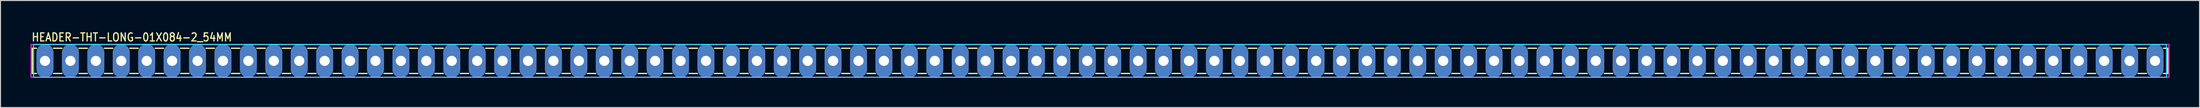
<source format=kicad_pcb>
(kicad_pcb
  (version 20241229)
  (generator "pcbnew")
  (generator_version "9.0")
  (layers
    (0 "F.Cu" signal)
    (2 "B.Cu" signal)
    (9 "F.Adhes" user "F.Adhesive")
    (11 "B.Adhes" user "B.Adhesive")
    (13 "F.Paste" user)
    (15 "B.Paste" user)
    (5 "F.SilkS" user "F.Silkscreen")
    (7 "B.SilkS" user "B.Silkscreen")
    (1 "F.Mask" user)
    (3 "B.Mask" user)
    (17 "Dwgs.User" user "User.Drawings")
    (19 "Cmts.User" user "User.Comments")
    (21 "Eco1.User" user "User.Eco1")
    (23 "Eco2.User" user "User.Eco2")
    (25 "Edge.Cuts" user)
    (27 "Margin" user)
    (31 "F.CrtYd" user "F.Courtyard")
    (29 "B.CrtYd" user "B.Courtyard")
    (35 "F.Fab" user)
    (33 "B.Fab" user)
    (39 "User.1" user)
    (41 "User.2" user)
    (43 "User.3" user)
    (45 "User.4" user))
  (footprint "HEADER-THT-LONG-01X084-2_54MM"
    (layer "F.Cu")
    (at 1.447 3.079)
    (property "Reference" "HEADER-THT-LONG-01X084-2_54MM" (at -1.4 -1.9 0) (unlocked yes) (layer "F.SilkS") (effects (font (size 0.813 0.695) (thickness 0.122)) (justify left bottom)))
    (fp_line (start -1.27 -1.27) (end -1.27 1.27) (stroke (width 0.127) (type solid)) (layer "F.SilkS"))
    (fp_line (start -1.27 1.27) (end -0.85 1.27) (stroke (width 0.127) (type solid)) (layer "F.SilkS"))
    (fp_line (start -0.85 -1.27) (end -1.27 -1.27) (stroke (width 0.127) (type solid)) (layer "F.SilkS"))
    (fp_line (start 0.85 -1.27) (end 1.69 -1.27) (stroke (width 0.127) (type solid)) (layer "F.SilkS"))
    (fp_line (start 0.85 1.27) (end 1.69 1.27) (stroke (width 0.127) (type solid)) (layer "F.SilkS"))
    (fp_line (start 3.39 -1.27) (end 4.23 -1.27) (stroke (width 0.127) (type solid)) (layer "F.SilkS"))
    (fp_line (start 3.39 1.27) (end 4.23 1.27) (stroke (width 0.127) (type solid)) (layer "F.SilkS"))
    (fp_line (start 5.93 -1.27) (end 6.77 -1.27) (stroke (width 0.127) (type solid)) (layer "F.SilkS"))
    (fp_line (start 5.93 1.27) (end 6.77 1.27) (stroke (width 0.127) (type solid)) (layer "F.SilkS"))
    (fp_line (start 8.47 -1.27) (end 9.31 -1.27) (stroke (width 0.127) (type solid)) (layer "F.SilkS"))
    (fp_line (start 8.47 1.27) (end 9.31 1.27) (stroke (width 0.127) (type solid)) (layer "F.SilkS"))
    (fp_line (start 11.01 -1.27) (end 11.85 -1.27) (stroke (width 0.127) (type solid)) (layer "F.SilkS"))
    (fp_line (start 11.01 1.27) (end 11.85 1.27) (stroke (width 0.127) (type solid)) (layer "F.SilkS"))
    (fp_line (start 13.55 -1.27) (end 14.39 -1.27) (stroke (width 0.127) (type solid)) (layer "F.SilkS"))
    (fp_line (start 13.55 1.27) (end 14.39 1.27) (stroke (width 0.127) (type solid)) (layer "F.SilkS"))
    (fp_line (start 16.09 -1.27) (end 16.93 -1.27) (stroke (width 0.127) (type solid)) (layer "F.SilkS"))
    (fp_line (start 16.09 1.27) (end 16.93 1.27) (stroke (width 0.127) (type solid)) (layer "F.SilkS"))
    (fp_line (start 18.63 -1.27) (end 19.47 -1.27) (stroke (width 0.127) (type solid)) (layer "F.SilkS"))
    (fp_line (start 18.63 1.27) (end 19.47 1.27) (stroke (width 0.127) (type solid)) (layer "F.SilkS"))
    (fp_line (start 21.17 -1.27) (end 22.01 -1.27) (stroke (width 0.127) (type solid)) (layer "F.SilkS"))
    (fp_line (start 21.17 1.27) (end 22.01 1.27) (stroke (width 0.127) (type solid)) (layer "F.SilkS"))
    (fp_line (start 23.71 -1.27) (end 24.55 -1.27) (stroke (width 0.127) (type solid)) (layer "F.SilkS"))
    (fp_line (start 23.71 1.27) (end 24.55 1.27) (stroke (width 0.127) (type solid)) (layer "F.SilkS"))
    (fp_line (start 26.25 -1.27) (end 27.09 -1.27) (stroke (width 0.127) (type solid)) (layer "F.SilkS"))
    (fp_line (start 26.25 1.27) (end 27.09 1.27) (stroke (width 0.127) (type solid)) (layer "F.SilkS"))
    (fp_line (start 28.79 -1.27) (end 29.63 -1.27) (stroke (width 0.127) (type solid)) (layer "F.SilkS"))
    (fp_line (start 28.79 1.27) (end 29.63 1.27) (stroke (width 0.127) (type solid)) (layer "F.SilkS"))
    (fp_line (start 31.33 -1.27) (end 32.17 -1.27) (stroke (width 0.127) (type solid)) (layer "F.SilkS"))
    (fp_line (start 31.33 1.27) (end 32.17 1.27) (stroke (width 0.127) (type solid)) (layer "F.SilkS"))
    (fp_line (start 33.87 -1.27) (end 34.71 -1.27) (stroke (width 0.127) (type solid)) (layer "F.SilkS"))
    (fp_line (start 33.87 1.27) (end 34.71 1.27) (stroke (width 0.127) (type solid)) (layer "F.SilkS"))
    (fp_line (start 36.41 -1.27) (end 37.25 -1.27) (stroke (width 0.127) (type solid)) (layer "F.SilkS"))
    (fp_line (start 36.41 1.27) (end 37.25 1.27) (stroke (width 0.127) (type solid)) (layer "F.SilkS"))
    (fp_line (start 38.95 -1.27) (end 39.79 -1.27) (stroke (width 0.127) (type solid)) (layer "F.SilkS"))
    (fp_line (start 38.95 1.27) (end 39.79 1.27) (stroke (width 0.127) (type solid)) (layer "F.SilkS"))
    (fp_line (start 41.49 -1.27) (end 42.33 -1.27) (stroke (width 0.127) (type solid)) (layer "F.SilkS"))
    (fp_line (start 41.49 1.27) (end 42.33 1.27) (stroke (width 0.127) (type solid)) (layer "F.SilkS"))
    (fp_line (start 44.03 -1.27) (end 44.87 -1.27) (stroke (width 0.127) (type solid)) (layer "F.SilkS"))
    (fp_line (start 44.03 1.27) (end 44.87 1.27) (stroke (width 0.127) (type solid)) (layer "F.SilkS"))
    (fp_line (start 46.57 -1.27) (end 47.41 -1.27) (stroke (width 0.127) (type solid)) (layer "F.SilkS"))
    (fp_line (start 46.57 1.27) (end 47.41 1.27) (stroke (width 0.127) (type solid)) (layer "F.SilkS"))
    (fp_line (start 49.11 -1.27) (end 49.95 -1.27) (stroke (width 0.127) (type solid)) (layer "F.SilkS"))
    (fp_line (start 49.11 1.27) (end 49.95 1.27) (stroke (width 0.127) (type solid)) (layer "F.SilkS"))
    (fp_line (start 51.65 -1.27) (end 52.49 -1.27) (stroke (width 0.127) (type solid)) (layer "F.SilkS"))
    (fp_line (start 51.65 1.27) (end 52.49 1.27) (stroke (width 0.127) (type solid)) (layer "F.SilkS"))
    (fp_line (start 54.19 -1.27) (end 55.03 -1.27) (stroke (width 0.127) (type solid)) (layer "F.SilkS"))
    (fp_line (start 54.19 1.27) (end 55.03 1.27) (stroke (width 0.127) (type solid)) (layer "F.SilkS"))
    (fp_line (start 56.73 -1.27) (end 57.57 -1.27) (stroke (width 0.127) (type solid)) (layer "F.SilkS"))
    (fp_line (start 56.73 1.27) (end 57.57 1.27) (stroke (width 0.127) (type solid)) (layer "F.SilkS"))
    (fp_line (start 59.27 -1.27) (end 60.11 -1.27) (stroke (width 0.127) (type solid)) (layer "F.SilkS"))
    (fp_line (start 59.27 1.27) (end 60.11 1.27) (stroke (width 0.127) (type solid)) (layer "F.SilkS"))
    (fp_line (start 61.81 -1.27) (end 62.65 -1.27) (stroke (width 0.127) (type solid)) (layer "F.SilkS"))
    (fp_line (start 61.81 1.27) (end 62.65 1.27) (stroke (width 0.127) (type solid)) (layer "F.SilkS"))
    (fp_line (start 64.35 -1.27) (end 65.19 -1.27) (stroke (width 0.127) (type solid)) (layer "F.SilkS"))
    (fp_line (start 64.35 1.27) (end 65.19 1.27) (stroke (width 0.127) (type solid)) (layer "F.SilkS"))
    (fp_line (start 66.89 -1.27) (end 67.73 -1.27) (stroke (width 0.127) (type solid)) (layer "F.SilkS"))
    (fp_line (start 66.89 1.27) (end 67.73 1.27) (stroke (width 0.127) (type solid)) (layer "F.SilkS"))
    (fp_line (start 69.43 -1.27) (end 70.27 -1.27) (stroke (width 0.127) (type solid)) (layer "F.SilkS"))
    (fp_line (start 69.43 1.27) (end 70.27 1.27) (stroke (width 0.127) (type solid)) (layer "F.SilkS"))
    (fp_line (start 71.97 -1.27) (end 72.81 -1.27) (stroke (width 0.127) (type solid)) (layer "F.SilkS"))
    (fp_line (start 71.97 1.27) (end 72.81 1.27) (stroke (width 0.127) (type solid)) (layer "F.SilkS"))
    (fp_line (start 74.51 -1.27) (end 75.35 -1.27) (stroke (width 0.127) (type solid)) (layer "F.SilkS"))
    (fp_line (start 74.51 1.27) (end 75.35 1.27) (stroke (width 0.127) (type solid)) (layer "F.SilkS"))
    (fp_line (start 77.05 -1.27) (end 77.89 -1.27) (stroke (width 0.127) (type solid)) (layer "F.SilkS"))
    (fp_line (start 77.05 1.27) (end 77.89 1.27) (stroke (width 0.127) (type solid)) (layer "F.SilkS"))
    (fp_line (start 79.59 -1.27) (end 80.43 -1.27) (stroke (width 0.127) (type solid)) (layer "F.SilkS"))
    (fp_line (start 79.59 1.27) (end 80.43 1.27) (stroke (width 0.127) (type solid)) (layer "F.SilkS"))
    (fp_line (start 82.13 -1.27) (end 82.97 -1.27) (stroke (width 0.127) (type solid)) (layer "F.SilkS"))
    (fp_line (start 82.13 1.27) (end 82.97 1.27) (stroke (width 0.127) (type solid)) (layer "F.SilkS"))
    (fp_line (start 84.67 -1.27) (end 85.51 -1.27) (stroke (width 0.127) (type solid)) (layer "F.SilkS"))
    (fp_line (start 84.67 1.27) (end 85.51 1.27) (stroke (width 0.127) (type solid)) (layer "F.SilkS"))
    (fp_line (start 87.21 -1.27) (end 88.05 -1.27) (stroke (width 0.127) (type solid)) (layer "F.SilkS"))
    (fp_line (start 87.21 1.27) (end 88.05 1.27) (stroke (width 0.127) (type solid)) (layer "F.SilkS"))
    (fp_line (start 89.75 -1.27) (end 90.59 -1.27) (stroke (width 0.127) (type solid)) (layer "F.SilkS"))
    (fp_line (start 89.75 1.27) (end 90.59 1.27) (stroke (width 0.127) (type solid)) (layer "F.SilkS"))
    (fp_line (start 92.29 -1.27) (end 93.13 -1.27) (stroke (width 0.127) (type solid)) (layer "F.SilkS"))
    (fp_line (start 92.29 1.27) (end 93.13 1.27) (stroke (width 0.127) (type solid)) (layer "F.SilkS"))
    (fp_line (start 94.83 -1.27) (end 95.67 -1.27) (stroke (width 0.127) (type solid)) (layer "F.SilkS"))
    (fp_line (start 94.83 1.27) (end 95.67 1.27) (stroke (width 0.127) (type solid)) (layer "F.SilkS"))
    (fp_line (start 97.37 -1.27) (end 98.21 -1.27) (stroke (width 0.127) (type solid)) (layer "F.SilkS"))
    (fp_line (start 97.37 1.27) (end 98.21 1.27) (stroke (width 0.127) (type solid)) (layer "F.SilkS"))
    (fp_line (start 99.91 -1.27) (end 100.75 -1.27) (stroke (width 0.127) (type solid)) (layer "F.SilkS"))
    (fp_line (start 99.91 1.27) (end 100.75 1.27) (stroke (width 0.127) (type solid)) (layer "F.SilkS"))
    (fp_line (start 102.45 -1.27) (end 103.29 -1.27) (stroke (width 0.127) (type solid)) (layer "F.SilkS"))
    (fp_line (start 102.45 1.27) (end 103.29 1.27) (stroke (width 0.127) (type solid)) (layer "F.SilkS"))
    (fp_line (start 104.99 -1.27) (end 105.83 -1.27) (stroke (width 0.127) (type solid)) (layer "F.SilkS"))
    (fp_line (start 104.99 1.27) (end 105.83 1.27) (stroke (width 0.127) (type solid)) (layer "F.SilkS"))
    (fp_line (start 107.53 -1.27) (end 108.37 -1.27) (stroke (width 0.127) (type solid)) (layer "F.SilkS"))
    (fp_line (start 107.53 1.27) (end 108.37 1.27) (stroke (width 0.127) (type solid)) (layer "F.SilkS"))
    (fp_line (start 110.07 -1.27) (end 110.91 -1.27) (stroke (width 0.127) (type solid)) (layer "F.SilkS"))
    (fp_line (start 110.07 1.27) (end 110.91 1.27) (stroke (width 0.127) (type solid)) (layer "F.SilkS"))
    (fp_line (start 112.61 -1.27) (end 113.45 -1.27) (stroke (width 0.127) (type solid)) (layer "F.SilkS"))
    (fp_line (start 112.61 1.27) (end 113.45 1.27) (stroke (width 0.127) (type solid)) (layer "F.SilkS"))
    (fp_line (start 115.15 -1.27) (end 115.99 -1.27) (stroke (width 0.127) (type solid)) (layer "F.SilkS"))
    (fp_line (start 115.15 1.27) (end 115.99 1.27) (stroke (width 0.127) (type solid)) (layer "F.SilkS"))
    (fp_line (start 117.69 -1.27) (end 118.53 -1.27) (stroke (width 0.127) (type solid)) (layer "F.SilkS"))
    (fp_line (start 117.69 1.27) (end 118.53 1.27) (stroke (width 0.127) (type solid)) (layer "F.SilkS"))
    (fp_line (start 120.23 -1.27) (end 121.07 -1.27) (stroke (width 0.127) (type solid)) (layer "F.SilkS"))
    (fp_line (start 120.23 1.27) (end 121.07 1.27) (stroke (width 0.127) (type solid)) (layer "F.SilkS"))
    (fp_line (start 122.77 -1.27) (end 123.61 -1.27) (stroke (width 0.127) (type solid)) (layer "F.SilkS"))
    (fp_line (start 122.77 1.27) (end 123.61 1.27) (stroke (width 0.127) (type solid)) (layer "F.SilkS"))
    (fp_line (start 125.31 -1.27) (end 126.15 -1.27) (stroke (width 0.127) (type solid)) (layer "F.SilkS"))
    (fp_line (start 125.31 1.27) (end 126.15 1.27) (stroke (width 0.127) (type solid)) (layer "F.SilkS"))
    (fp_line (start 127.85 -1.27) (end 128.69 -1.27) (stroke (width 0.127) (type solid)) (layer "F.SilkS"))
    (fp_line (start 127.85 1.27) (end 128.69 1.27) (stroke (width 0.127) (type solid)) (layer "F.SilkS"))
    (fp_line (start 130.39 -1.27) (end 131.23 -1.27) (stroke (width 0.127) (type solid)) (layer "F.SilkS"))
    (fp_line (start 130.39 1.27) (end 131.23 1.27) (stroke (width 0.127) (type solid)) (layer "F.SilkS"))
    (fp_line (start 132.93 -1.27) (end 133.77 -1.27) (stroke (width 0.127) (type solid)) (layer "F.SilkS"))
    (fp_line (start 132.93 1.27) (end 133.77 1.27) (stroke (width 0.127) (type solid)) (layer "F.SilkS"))
    (fp_line (start 135.47 -1.27) (end 136.31 -1.27) (stroke (width 0.127) (type solid)) (layer "F.SilkS"))
    (fp_line (start 135.47 1.27) (end 136.31 1.27) (stroke (width 0.127) (type solid)) (layer "F.SilkS"))
    (fp_line (start 138.01 -1.27) (end 138.85 -1.27) (stroke (width 0.127) (type solid)) (layer "F.SilkS"))
    (fp_line (start 138.01 1.27) (end 138.85 1.27) (stroke (width 0.127) (type solid)) (layer "F.SilkS"))
    (fp_line (start 140.55 -1.27) (end 141.39 -1.27) (stroke (width 0.127) (type solid)) (layer "F.SilkS"))
    (fp_line (start 140.55 1.27) (end 141.39 1.27) (stroke (width 0.127) (type solid)) (layer "F.SilkS"))
    (fp_line (start 143.09 -1.27) (end 143.93 -1.27) (stroke (width 0.127) (type solid)) (layer "F.SilkS"))
    (fp_line (start 143.09 1.27) (end 143.93 1.27) (stroke (width 0.127) (type solid)) (layer "F.SilkS"))
    (fp_line (start 145.63 -1.27) (end 146.47 -1.27) (stroke (width 0.127) (type solid)) (layer "F.SilkS"))
    (fp_line (start 145.63 1.27) (end 146.47 1.27) (stroke (width 0.127) (type solid)) (layer "F.SilkS"))
    (fp_line (start 148.17 -1.27) (end 149.01 -1.27) (stroke (width 0.127) (type solid)) (layer "F.SilkS"))
    (fp_line (start 148.17 1.27) (end 149.01 1.27) (stroke (width 0.127) (type solid)) (layer "F.SilkS"))
    (fp_line (start 150.71 -1.27) (end 151.55 -1.27) (stroke (width 0.127) (type solid)) (layer "F.SilkS"))
    (fp_line (start 150.71 1.27) (end 151.55 1.27) (stroke (width 0.127) (type solid)) (layer "F.SilkS"))
    (fp_line (start 153.25 -1.27) (end 154.09 -1.27) (stroke (width 0.127) (type solid)) (layer "F.SilkS"))
    (fp_line (start 153.25 1.27) (end 154.09 1.27) (stroke (width 0.127) (type solid)) (layer "F.SilkS"))
    (fp_line (start 155.79 -1.27) (end 156.63 -1.27) (stroke (width 0.127) (type solid)) (layer "F.SilkS"))
    (fp_line (start 155.79 1.27) (end 156.63 1.27) (stroke (width 0.127) (type solid)) (layer "F.SilkS"))
    (fp_line (start 158.33 -1.27) (end 159.17 -1.27) (stroke (width 0.127) (type solid)) (layer "F.SilkS"))
    (fp_line (start 158.33 1.27) (end 159.17 1.27) (stroke (width 0.127) (type solid)) (layer "F.SilkS"))
    (fp_line (start 160.87 -1.27) (end 161.71 -1.27) (stroke (width 0.127) (type solid)) (layer "F.SilkS"))
    (fp_line (start 160.87 1.27) (end 161.71 1.27) (stroke (width 0.127) (type solid)) (layer "F.SilkS"))
    (fp_line (start 163.41 -1.27) (end 164.25 -1.27) (stroke (width 0.127) (type solid)) (layer "F.SilkS"))
    (fp_line (start 163.41 1.27) (end 164.25 1.27) (stroke (width 0.127) (type solid)) (layer "F.SilkS"))
    (fp_line (start 165.95 -1.27) (end 166.79 -1.27) (stroke (width 0.127) (type solid)) (layer "F.SilkS"))
    (fp_line (start 165.95 1.27) (end 166.79 1.27) (stroke (width 0.127) (type solid)) (layer "F.SilkS"))
    (fp_line (start 168.49 -1.27) (end 169.33 -1.27) (stroke (width 0.127) (type solid)) (layer "F.SilkS"))
    (fp_line (start 168.49 1.27) (end 169.33 1.27) (stroke (width 0.127) (type solid)) (layer "F.SilkS"))
    (fp_line (start 171.03 -1.27) (end 171.87 -1.27) (stroke (width 0.127) (type solid)) (layer "F.SilkS"))
    (fp_line (start 171.03 1.27) (end 171.87 1.27) (stroke (width 0.127) (type solid)) (layer "F.SilkS"))
    (fp_line (start 173.57 -1.27) (end 174.41 -1.27) (stroke (width 0.127) (type solid)) (layer "F.SilkS"))
    (fp_line (start 173.57 1.27) (end 174.41 1.27) (stroke (width 0.127) (type solid)) (layer "F.SilkS"))
    (fp_line (start 176.11 -1.27) (end 176.95 -1.27) (stroke (width 0.127) (type solid)) (layer "F.SilkS"))
    (fp_line (start 176.11 1.27) (end 176.95 1.27) (stroke (width 0.127) (type solid)) (layer "F.SilkS"))
    (fp_line (start 178.65 -1.27) (end 179.49 -1.27) (stroke (width 0.127) (type solid)) (layer "F.SilkS"))
    (fp_line (start 178.65 1.27) (end 179.49 1.27) (stroke (width 0.127) (type solid)) (layer "F.SilkS"))
    (fp_line (start 181.19 -1.27) (end 182.03 -1.27) (stroke (width 0.127) (type solid)) (layer "F.SilkS"))
    (fp_line (start 181.19 1.27) (end 182.03 1.27) (stroke (width 0.127) (type solid)) (layer "F.SilkS"))
    (fp_line (start 183.73 -1.27) (end 184.57 -1.27) (stroke (width 0.127) (type solid)) (layer "F.SilkS"))
    (fp_line (start 183.73 1.27) (end 184.57 1.27) (stroke (width 0.127) (type solid)) (layer "F.SilkS"))
    (fp_line (start 186.27 -1.27) (end 187.11 -1.27) (stroke (width 0.127) (type solid)) (layer "F.SilkS"))
    (fp_line (start 186.27 1.27) (end 187.11 1.27) (stroke (width 0.127) (type solid)) (layer "F.SilkS"))
    (fp_line (start 188.81 -1.27) (end 189.65 -1.27) (stroke (width 0.127) (type solid)) (layer "F.SilkS"))
    (fp_line (start 188.81 1.27) (end 189.65 1.27) (stroke (width 0.127) (type solid)) (layer "F.SilkS"))
    (fp_line (start 191.35 -1.27) (end 192.19 -1.27) (stroke (width 0.127) (type solid)) (layer "F.SilkS"))
    (fp_line (start 191.35 1.27) (end 192.19 1.27) (stroke (width 0.127) (type solid)) (layer "F.SilkS"))
    (fp_line (start 193.89 -1.27) (end 194.73 -1.27) (stroke (width 0.127) (type solid)) (layer "F.SilkS"))
    (fp_line (start 193.89 1.27) (end 194.73 1.27) (stroke (width 0.127) (type solid)) (layer "F.SilkS"))
    (fp_line (start 196.43 -1.27) (end 197.27 -1.27) (stroke (width 0.127) (type solid)) (layer "F.SilkS"))
    (fp_line (start 196.43 1.27) (end 197.27 1.27) (stroke (width 0.127) (type solid)) (layer "F.SilkS"))
    (fp_line (start 198.97 -1.27) (end 199.81 -1.27) (stroke (width 0.127) (type solid)) (layer "F.SilkS"))
    (fp_line (start 198.97 1.27) (end 199.81 1.27) (stroke (width 0.127) (type solid)) (layer "F.SilkS"))
    (fp_line (start 201.51 -1.27) (end 202.35 -1.27) (stroke (width 0.127) (type solid)) (layer "F.SilkS"))
    (fp_line (start 201.51 1.27) (end 202.35 1.27) (stroke (width 0.127) (type solid)) (layer "F.SilkS"))
    (fp_line (start 204.05 -1.27) (end 204.89 -1.27) (stroke (width 0.127) (type solid)) (layer "F.SilkS"))
    (fp_line (start 204.05 1.27) (end 204.89 1.27) (stroke (width 0.127) (type solid)) (layer "F.SilkS"))
    (fp_line (start 206.59 -1.27) (end 207.43 -1.27) (stroke (width 0.127) (type solid)) (layer "F.SilkS"))
    (fp_line (start 206.59 1.27) (end 207.43 1.27) (stroke (width 0.127) (type solid)) (layer "F.SilkS"))
    (fp_line (start 209.13 -1.27) (end 209.97 -1.27) (stroke (width 0.127) (type solid)) (layer "F.SilkS"))
    (fp_line (start 209.13 1.27) (end 209.97 1.27) (stroke (width 0.127) (type solid)) (layer "F.SilkS"))
    (fp_line (start 211.67 -1.27) (end 212.09 -1.27) (stroke (width 0.127) (type solid)) (layer "F.SilkS"))
    (fp_line (start 212.09 -1.27) (end 212.09 1.27) (stroke (width 0.127) (type solid)) (layer "F.SilkS"))
    (fp_line (start 212.09 1.27) (end 211.67 1.27) (stroke (width 0.127) (type solid)) (layer "F.SilkS"))
    (fp_poly (pts (xy -1.143 -1.651) (xy 211.963 -1.651) (xy 211.963 1.651) (xy -1.143 1.651)) (stroke (width 0.1) (type solid)) (fill no) (layer "B.CrtYd"))
    (fp_poly (pts (xy -1.397 -1.651) (xy 212.217 -1.651) (xy 212.217 1.651) (xy -1.397 1.651)) (stroke (width 0.1) (type solid)) (fill no) (layer "F.CrtYd"))
    (pad "1" thru_hole oval (at 0 0 90) (size 3.387 1.693) (drill 1.016) (layers "*.Cu" "*.Mask"))
    (pad "2" thru_hole oval (at 2.54 0 90) (size 3.387 1.693) (drill 1.016) (layers "*.Cu" "*.Mask"))
    (pad "3" thru_hole oval (at 5.08 0 90) (size 3.387 1.693) (drill 1.016) (layers "*.Cu" "*.Mask"))
    (pad "4" thru_hole oval (at 7.62 0 90) (size 3.387 1.693) (drill 1.016) (layers "*.Cu" "*.Mask"))
    (pad "5" thru_hole oval (at 10.16 0 90) (size 3.387 1.693) (drill 1.016) (layers "*.Cu" "*.Mask"))
    (pad "6" thru_hole oval (at 12.7 0 90) (size 3.387 1.693) (drill 1.016) (layers "*.Cu" "*.Mask"))
    (pad "7" thru_hole oval (at 15.24 0 90) (size 3.387 1.693) (drill 1.016) (layers "*.Cu" "*.Mask"))
    (pad "8" thru_hole oval (at 17.78 0 90) (size 3.387 1.693) (drill 1.016) (layers "*.Cu" "*.Mask"))
    (pad "9" thru_hole oval (at 20.32 0 90) (size 3.387 1.693) (drill 1.016) (layers "*.Cu" "*.Mask"))
    (pad "10" thru_hole oval (at 22.86 0 90) (size 3.387 1.693) (drill 1.016) (layers "*.Cu" "*.Mask"))
    (pad "11" thru_hole oval (at 25.4 0 90) (size 3.387 1.693) (drill 1.016) (layers "*.Cu" "*.Mask"))
    (pad "12" thru_hole oval (at 27.94 0 90) (size 3.387 1.693) (drill 1.016) (layers "*.Cu" "*.Mask"))
    (pad "13" thru_hole oval (at 30.48 0 90) (size 3.387 1.693) (drill 1.016) (layers "*.Cu" "*.Mask"))
    (pad "14" thru_hole oval (at 33.02 0 90) (size 3.387 1.693) (drill 1.016) (layers "*.Cu" "*.Mask"))
    (pad "15" thru_hole oval (at 35.56 0 90) (size 3.387 1.693) (drill 1.016) (layers "*.Cu" "*.Mask"))
    (pad "16" thru_hole oval (at 38.1 0 90) (size 3.387 1.693) (drill 1.016) (layers "*.Cu" "*.Mask"))
    (pad "17" thru_hole oval (at 40.64 0 90) (size 3.387 1.693) (drill 1.016) (layers "*.Cu" "*.Mask"))
    (pad "18" thru_hole oval (at 43.18 0 90) (size 3.387 1.693) (drill 1.016) (layers "*.Cu" "*.Mask"))
    (pad "19" thru_hole oval (at 45.72 0 90) (size 3.387 1.693) (drill 1.016) (layers "*.Cu" "*.Mask"))
    (pad "20" thru_hole oval (at 48.26 0 90) (size 3.387 1.693) (drill 1.016) (layers "*.Cu" "*.Mask"))
    (pad "21" thru_hole oval (at 50.8 0 90) (size 3.387 1.693) (drill 1.016) (layers "*.Cu" "*.Mask"))
    (pad "22" thru_hole oval (at 53.34 0 90) (size 3.387 1.693) (drill 1.016) (layers "*.Cu" "*.Mask"))
    (pad "23" thru_hole oval (at 55.88 0 90) (size 3.387 1.693) (drill 1.016) (layers "*.Cu" "*.Mask"))
    (pad "24" thru_hole oval (at 58.42 0 90) (size 3.387 1.693) (drill 1.016) (layers "*.Cu" "*.Mask"))
    (pad "25" thru_hole oval (at 60.96 0 90) (size 3.387 1.693) (drill 1.016) (layers "*.Cu" "*.Mask"))
    (pad "26" thru_hole oval (at 63.5 0 90) (size 3.387 1.693) (drill 1.016) (layers "*.Cu" "*.Mask"))
    (pad "27" thru_hole oval (at 66.04 0 90) (size 3.387 1.693) (drill 1.016) (layers "*.Cu" "*.Mask"))
    (pad "28" thru_hole oval (at 68.58 0 90) (size 3.387 1.693) (drill 1.016) (layers "*.Cu" "*.Mask"))
    (pad "29" thru_hole oval (at 71.12 0 90) (size 3.387 1.693) (drill 1.016) (layers "*.Cu" "*.Mask"))
    (pad "30" thru_hole oval (at 73.66 0 90) (size 3.387 1.693) (drill 1.016) (layers "*.Cu" "*.Mask"))
    (pad "31" thru_hole oval (at 76.2 0 90) (size 3.387 1.693) (drill 1.016) (layers "*.Cu" "*.Mask"))
    (pad "32" thru_hole oval (at 78.74 0 90) (size 3.387 1.693) (drill 1.016) (layers "*.Cu" "*.Mask"))
    (pad "33" thru_hole oval (at 81.28 0 90) (size 3.387 1.693) (drill 1.016) (layers "*.Cu" "*.Mask"))
    (pad "34" thru_hole oval (at 83.82 0 90) (size 3.387 1.693) (drill 1.016) (layers "*.Cu" "*.Mask"))
    (pad "35" thru_hole oval (at 86.36 0 90) (size 3.387 1.693) (drill 1.016) (layers "*.Cu" "*.Mask"))
    (pad "36" thru_hole oval (at 88.9 0 90) (size 3.387 1.693) (drill 1.016) (layers "*.Cu" "*.Mask"))
    (pad "37" thru_hole oval (at 91.44 0 90) (size 3.387 1.693) (drill 1.016) (layers "*.Cu" "*.Mask"))
    (pad "38" thru_hole oval (at 93.98 0 90) (size 3.387 1.693) (drill 1.016) (layers "*.Cu" "*.Mask"))
    (pad "39" thru_hole oval (at 96.52 0 90) (size 3.387 1.693) (drill 1.016) (layers "*.Cu" "*.Mask"))
    (pad "40" thru_hole oval (at 99.06 0 90) (size 3.387 1.693) (drill 1.016) (layers "*.Cu" "*.Mask"))
    (pad "41" thru_hole oval (at 101.6 0 90) (size 3.387 1.693) (drill 1.016) (layers "*.Cu" "*.Mask"))
    (pad "42" thru_hole oval (at 104.14 0 90) (size 3.387 1.693) (drill 1.016) (layers "*.Cu" "*.Mask"))
    (pad "43" thru_hole oval (at 106.68 0 90) (size 3.387 1.693) (drill 1.016) (layers "*.Cu" "*.Mask"))
    (pad "44" thru_hole oval (at 109.22 0 90) (size 3.387 1.693) (drill 1.016) (layers "*.Cu" "*.Mask"))
    (pad "45" thru_hole oval (at 111.76 0 90) (size 3.387 1.693) (drill 1.016) (layers "*.Cu" "*.Mask"))
    (pad "46" thru_hole oval (at 114.3 0 90) (size 3.387 1.693) (drill 1.016) (layers "*.Cu" "*.Mask"))
    (pad "47" thru_hole oval (at 116.84 0 90) (size 3.387 1.693) (drill 1.016) (layers "*.Cu" "*.Mask"))
    (pad "48" thru_hole oval (at 119.38 0 90) (size 3.387 1.693) (drill 1.016) (layers "*.Cu" "*.Mask"))
    (pad "49" thru_hole oval (at 121.92 0 90) (size 3.387 1.693) (drill 1.016) (layers "*.Cu" "*.Mask"))
    (pad "50" thru_hole oval (at 124.46 0 90) (size 3.387 1.693) (drill 1.016) (layers "*.Cu" "*.Mask"))
    (pad "51" thru_hole oval (at 127 0 90) (size 3.387 1.693) (drill 1.016) (layers "*.Cu" "*.Mask"))
    (pad "52" thru_hole oval (at 129.54 0 90) (size 3.387 1.693) (drill 1.016) (layers "*.Cu" "*.Mask"))
    (pad "53" thru_hole oval (at 132.08 0 90) (size 3.387 1.693) (drill 1.016) (layers "*.Cu" "*.Mask"))
    (pad "54" thru_hole oval (at 134.62 0 90) (size 3.387 1.693) (drill 1.016) (layers "*.Cu" "*.Mask"))
    (pad "55" thru_hole oval (at 137.16 0 90) (size 3.387 1.693) (drill 1.016) (layers "*.Cu" "*.Mask"))
    (pad "56" thru_hole oval (at 139.7 0 90) (size 3.387 1.693) (drill 1.016) (layers "*.Cu" "*.Mask"))
    (pad "57" thru_hole oval (at 142.24 0 90) (size 3.387 1.693) (drill 1.016) (layers "*.Cu" "*.Mask"))
    (pad "58" thru_hole oval (at 144.78 0 90) (size 3.387 1.693) (drill 1.016) (layers "*.Cu" "*.Mask"))
    (pad "59" thru_hole oval (at 147.32 0 90) (size 3.387 1.693) (drill 1.016) (layers "*.Cu" "*.Mask"))
    (pad "60" thru_hole oval (at 149.86 0 90) (size 3.387 1.693) (drill 1.016) (layers "*.Cu" "*.Mask"))
    (pad "61" thru_hole oval (at 152.4 0 90) (size 3.387 1.693) (drill 1.016) (layers "*.Cu" "*.Mask"))
    (pad "62" thru_hole oval (at 154.94 0 90) (size 3.387 1.693) (drill 1.016) (layers "*.Cu" "*.Mask"))
    (pad "63" thru_hole oval (at 157.48 0 90) (size 3.387 1.693) (drill 1.016) (layers "*.Cu" "*.Mask"))
    (pad "64" thru_hole oval (at 160.02 0 90) (size 3.387 1.693) (drill 1.016) (layers "*.Cu" "*.Mask"))
    (pad "65" thru_hole oval (at 162.56 0 90) (size 3.387 1.693) (drill 1.016) (layers "*.Cu" "*.Mask"))
    (pad "66" thru_hole oval (at 165.1 0 90) (size 3.387 1.693) (drill 1.016) (layers "*.Cu" "*.Mask"))
    (pad "67" thru_hole oval (at 167.64 0 90) (size 3.387 1.693) (drill 1.016) (layers "*.Cu" "*.Mask"))
    (pad "68" thru_hole oval (at 170.18 0 90) (size 3.387 1.693) (drill 1.016) (layers "*.Cu" "*.Mask"))
    (pad "69" thru_hole oval (at 172.72 0 90) (size 3.387 1.693) (drill 1.016) (layers "*.Cu" "*.Mask"))
    (pad "70" thru_hole oval (at 175.26 0 90) (size 3.387 1.693) (drill 1.016) (layers "*.Cu" "*.Mask"))
    (pad "71" thru_hole oval (at 177.8 0 90) (size 3.387 1.693) (drill 1.016) (layers "*.Cu" "*.Mask"))
    (pad "72" thru_hole oval (at 180.34 0 90) (size 3.387 1.693) (drill 1.016) (layers "*.Cu" "*.Mask"))
    (pad "73" thru_hole oval (at 182.88 0 90) (size 3.387 1.693) (drill 1.016) (layers "*.Cu" "*.Mask"))
    (pad "74" thru_hole oval (at 185.42 0 90) (size 3.387 1.693) (drill 1.016) (layers "*.Cu" "*.Mask"))
    (pad "75" thru_hole oval (at 187.96 0 90) (size 3.387 1.693) (drill 1.016) (layers "*.Cu" "*.Mask"))
    (pad "76" thru_hole oval (at 190.5 0 90) (size 3.387 1.693) (drill 1.016) (layers "*.Cu" "*.Mask"))
    (pad "77" thru_hole oval (at 193.04 0 90) (size 3.387 1.693) (drill 1.016) (layers "*.Cu" "*.Mask"))
    (pad "78" thru_hole oval (at 195.58 0 90) (size 3.387 1.693) (drill 1.016) (layers "*.Cu" "*.Mask"))
    (pad "79" thru_hole oval (at 198.12 0 90) (size 3.387 1.693) (drill 1.016) (layers "*.Cu" "*.Mask"))
    (pad "80" thru_hole oval (at 200.66 0 90) (size 3.387 1.693) (drill 1.016) (layers "*.Cu" "*.Mask"))
    (pad "81" thru_hole oval (at 203.2 0 90) (size 3.387 1.693) (drill 1.016) (layers "*.Cu" "*.Mask"))
    (pad "82" thru_hole oval (at 205.74 0 90) (size 3.387 1.693) (drill 1.016) (layers "*.Cu" "*.Mask"))
    (pad "83" thru_hole oval (at 208.28 0 90) (size 3.387 1.693) (drill 1.016) (layers "*.Cu" "*.Mask"))
    (pad "84" thru_hole oval (at 210.82 0 90) (size 3.387 1.693) (drill 1.016) (layers "*.Cu" "*.Mask")))
  (gr_rect
    (start -3 -3)
    (end 216.714 7.78)
    (stroke (width 0.1) (type default))
    (fill no)
    (layer "Edge.Cuts")))
</source>
